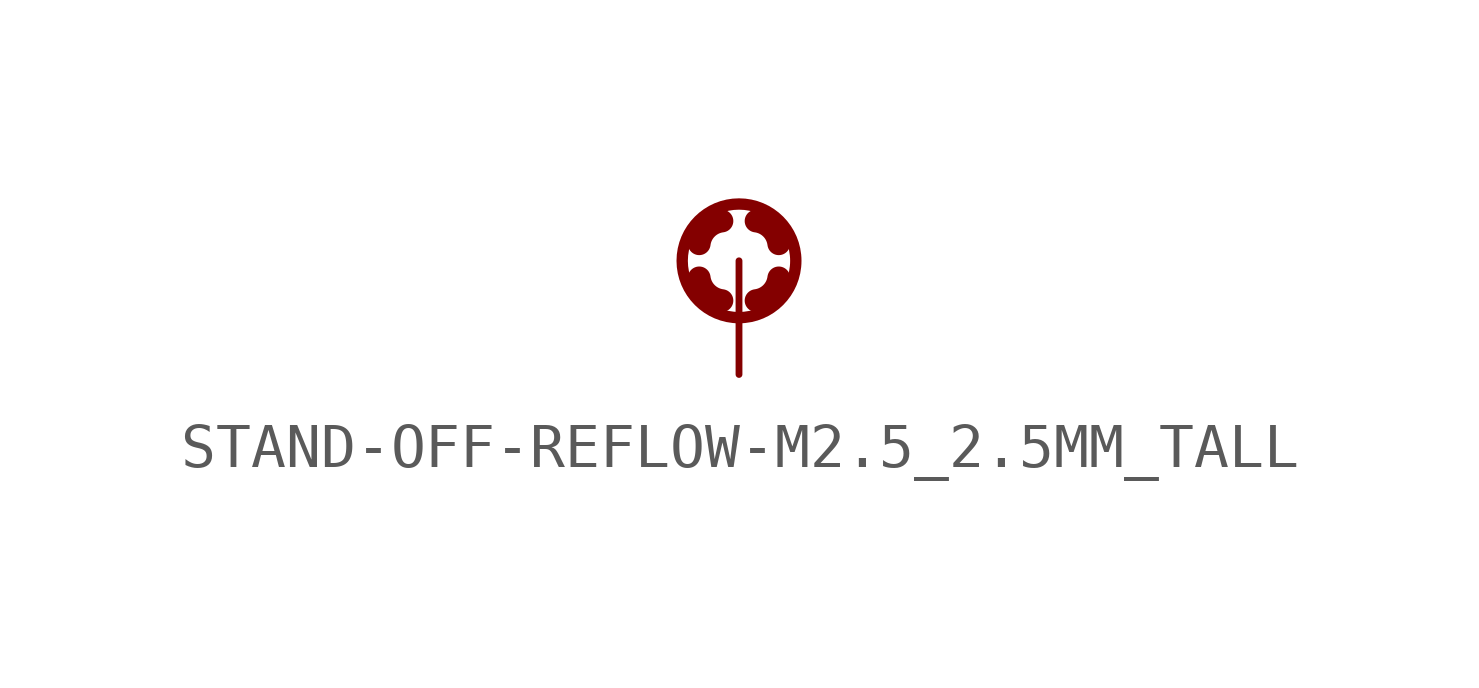
<source format=kicad_sym>
(kicad_symbol_lib
  (version 20241209)
  (generator "kicad_symbol_editor")
  (generator_version "9.0")
  (symbol "STAND-OFF-REFLOW-M2.5_2.5MM_TALL"
    (property "Reference" "H"
      (at -2.54 2.54 0)
      (effects (font (size 1.778 1.511)) (justify left bottom) (hide yes)))
    (property "ki_locked" ""
      (at 0 0 0)
      (effects (font (size 1.27 1.27))))
    (symbol "STAND-OFF-REFLOW-M2.5_2.5MM_TALL_1_0"
      (arc (start -0.889 0.381) (mid -0.7224 0.7224) (end -0.3809 0.889) (stroke (width 0.508) (type solid)) (fill (type none)))
      (arc (start -0.381 -0.889) (mid -0.7224 -0.7224) (end -0.889 -0.3809) (stroke (width 0.508) (type solid)) (fill (type none)))
      (circle (center 0 0) (radius 1.27) (stroke (width 0.254) (type solid)) (fill (type none)))
      (arc (start 0.381 0.889) (mid 0.7224 0.7224) (end 0.889 0.3809) (stroke (width 0.508) (type solid)) (fill (type none)))
      (arc (start 0.889 -0.381) (mid 0.7224 -0.7224) (end 0.3809 -0.889) (stroke (width 0.508) (type solid)) (fill (type none)))
      (pin bidirectional line (at 0 -2.54 90) (length 2.54) (name "1" (effects (font (size 0 0)))) (number "1" (effects (font (size 0 0))))))))
</source>
